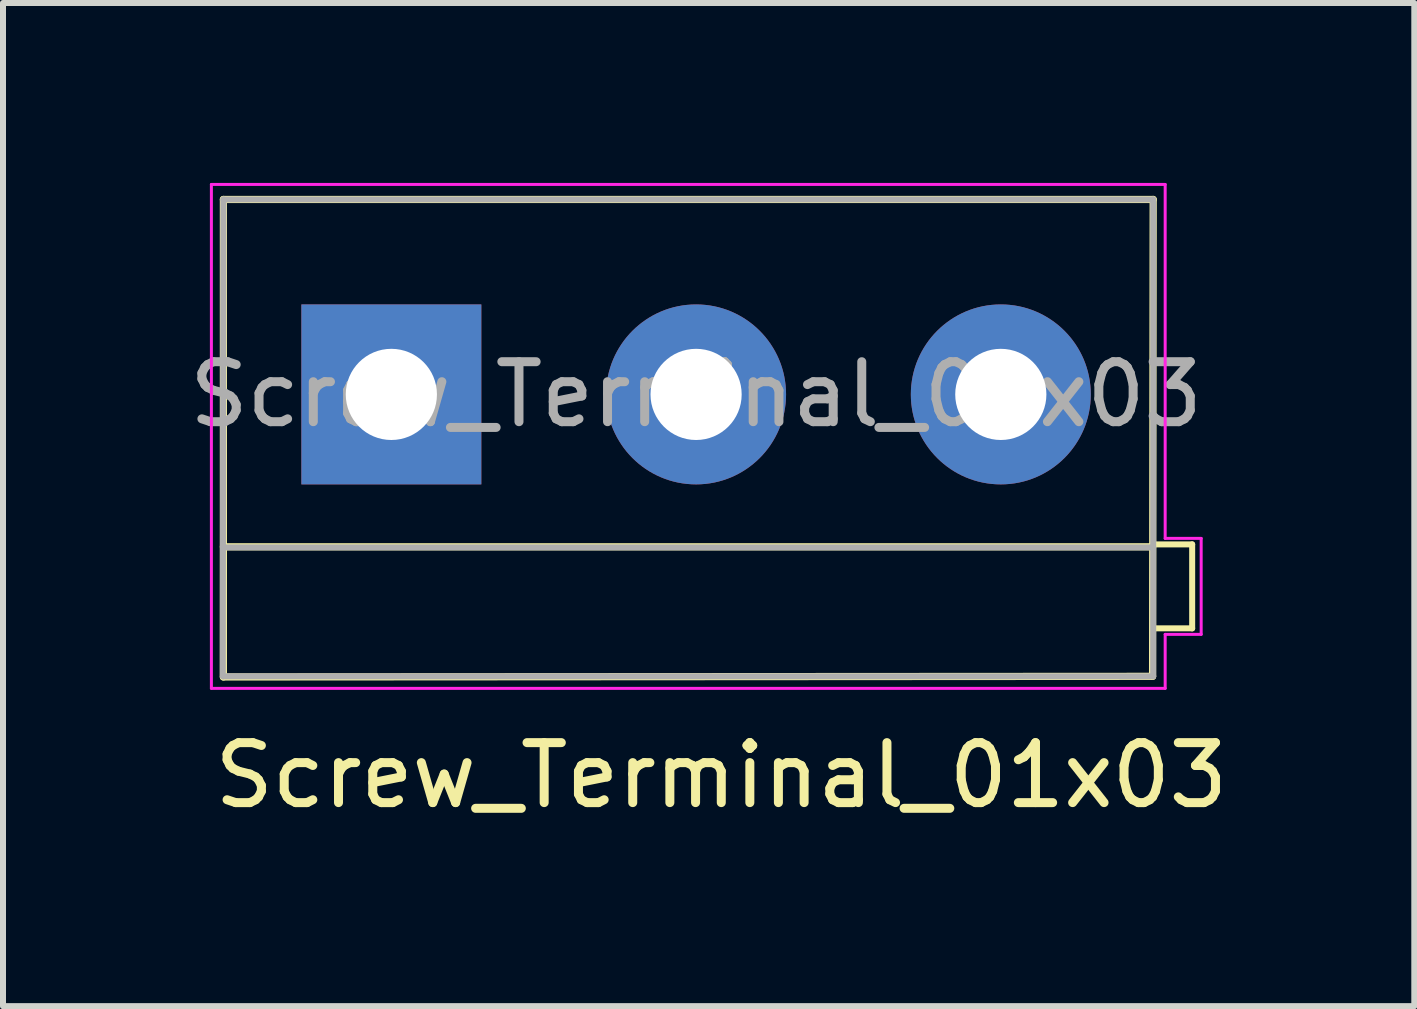
<source format=kicad_pcb>
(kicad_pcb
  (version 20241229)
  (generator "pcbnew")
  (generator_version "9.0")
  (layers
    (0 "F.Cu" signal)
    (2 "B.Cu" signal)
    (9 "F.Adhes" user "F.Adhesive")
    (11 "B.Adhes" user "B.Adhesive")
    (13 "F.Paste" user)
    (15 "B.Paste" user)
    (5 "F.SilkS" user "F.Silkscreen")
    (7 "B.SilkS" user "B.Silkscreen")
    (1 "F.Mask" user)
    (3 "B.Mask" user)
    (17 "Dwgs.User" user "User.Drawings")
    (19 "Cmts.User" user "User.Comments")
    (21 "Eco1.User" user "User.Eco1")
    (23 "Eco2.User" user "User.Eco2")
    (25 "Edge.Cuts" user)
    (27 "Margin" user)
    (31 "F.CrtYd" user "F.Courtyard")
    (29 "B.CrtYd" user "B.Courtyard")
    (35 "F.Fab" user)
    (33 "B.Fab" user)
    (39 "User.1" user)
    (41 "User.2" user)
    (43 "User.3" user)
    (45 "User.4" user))
  (footprint "Screw_Terminal_01x03"
    (layer "F.Cu")
    (at 3.474 3.525)
    (property "Reference" "Screw_Terminal_01x03" (at 5.5 6.35 0) (layer "F.SilkS") (effects (font (size 1 1) (thickness 0.15))))
    (attr through_hole)
    (fp_line (start -2.8 -3.25) (end 12.7 -3.25) (stroke (width 0.12) (type solid)) (layer "F.SilkS"))
    (fp_line (start -2.8 2.54) (end 12.65 2.54) (stroke (width 0.12) (type solid)) (layer "F.SilkS"))
    (fp_line (start -2.8 4.71) (end -2.8 -3.25) (stroke (width 0.12) (type solid)) (layer "F.SilkS"))
    (fp_line (start -2.8 4.71) (end 12.69 4.7) (stroke (width 0.12) (type solid)) (layer "F.SilkS"))
    (fp_line (start 12.69 4.7) (end 12.7 -3.25) (stroke (width 0.12) (type solid)) (layer "F.SilkS"))
    (fp_line (start 12.7 3.9) (end 13.35 3.9) (stroke (width 0.1) (type default)) (layer "F.SilkS"))
    (fp_line (start 13.35 2.5) (end 12.75 2.5) (stroke (width 0.1) (type default)) (layer "F.SilkS"))
    (fp_line (start 13.35 2.5) (end 13.35 3.9) (stroke (width 0.1) (type default)) (layer "F.SilkS"))
    (fp_line (start -3 -3.5) (end -3 4.9) (stroke (width 0.05) (type solid)) (layer "F.CrtYd"))
    (fp_line (start -3 -3.5) (end 12.9 -3.5) (stroke (width 0.05) (type solid)) (layer "F.CrtYd"))
    (fp_line (start 12.9 2.4) (end 12.9 -3.5) (stroke (width 0.05) (type default)) (layer "F.CrtYd"))
    (fp_line (start 12.9 2.4) (end 13.5 2.4) (stroke (width 0.05) (type default)) (layer "F.CrtYd"))
    (fp_line (start 12.9 4) (end 12.9 4.9) (stroke (width 0.05) (type default)) (layer "F.CrtYd"))
    (fp_line (start 12.9 4.9) (end -3 4.9) (stroke (width 0.05) (type solid)) (layer "F.CrtYd"))
    (fp_line (start 13.5 2.4) (end 13.5 4) (stroke (width 0.05) (type default)) (layer "F.CrtYd"))
    (fp_line (start 13.5 4) (end 12.9 4) (stroke (width 0.05) (type default)) (layer "F.CrtYd"))
    (fp_line (start -2.81 4.7) (end -2.8 -3.25) (stroke (width 0.1) (type solid)) (layer "F.Fab"))
    (fp_line (start -2.8 -3.25) (end 12.7 -3.25) (stroke (width 0.1) (type solid)) (layer "F.Fab"))
    (fp_line (start -2.8 2.55) (end 12.7 2.55) (stroke (width 0.1) (type solid)) (layer "F.Fab"))
    (fp_line (start 12.7 -3.25) (end 12.7 4.7) (stroke (width 0.1) (type solid)) (layer "F.Fab"))
    (fp_line (start 12.7 4.7) (end -2.8 4.7) (stroke (width 0.1) (type solid)) (layer "F.Fab"))
    (fp_text user "${REFERENCE}" (at 5.08 0 0) (layer "F.Fab") (effects (font (size 1 1) (thickness 0.15))))
    (pad "1" thru_hole rect (at 0 0) (size 3 3) (drill 1.52) (layers "*.Cu" "*.Mask"))
    (pad "2" thru_hole circle (at 5.08 0) (size 3 3) (drill 1.52) (layers "*.Cu" "*.Mask"))
    (pad "3" thru_hole circle (at 10.16 0) (size 3 3) (drill 1.52) (layers "*.Cu" "*.Mask")))
  (gr_rect
    (start -3 -3)
    (end 20.527 13.723)
    (stroke (width 0.1) (type default))
    (fill no)
    (layer "Edge.Cuts")))
</source>
